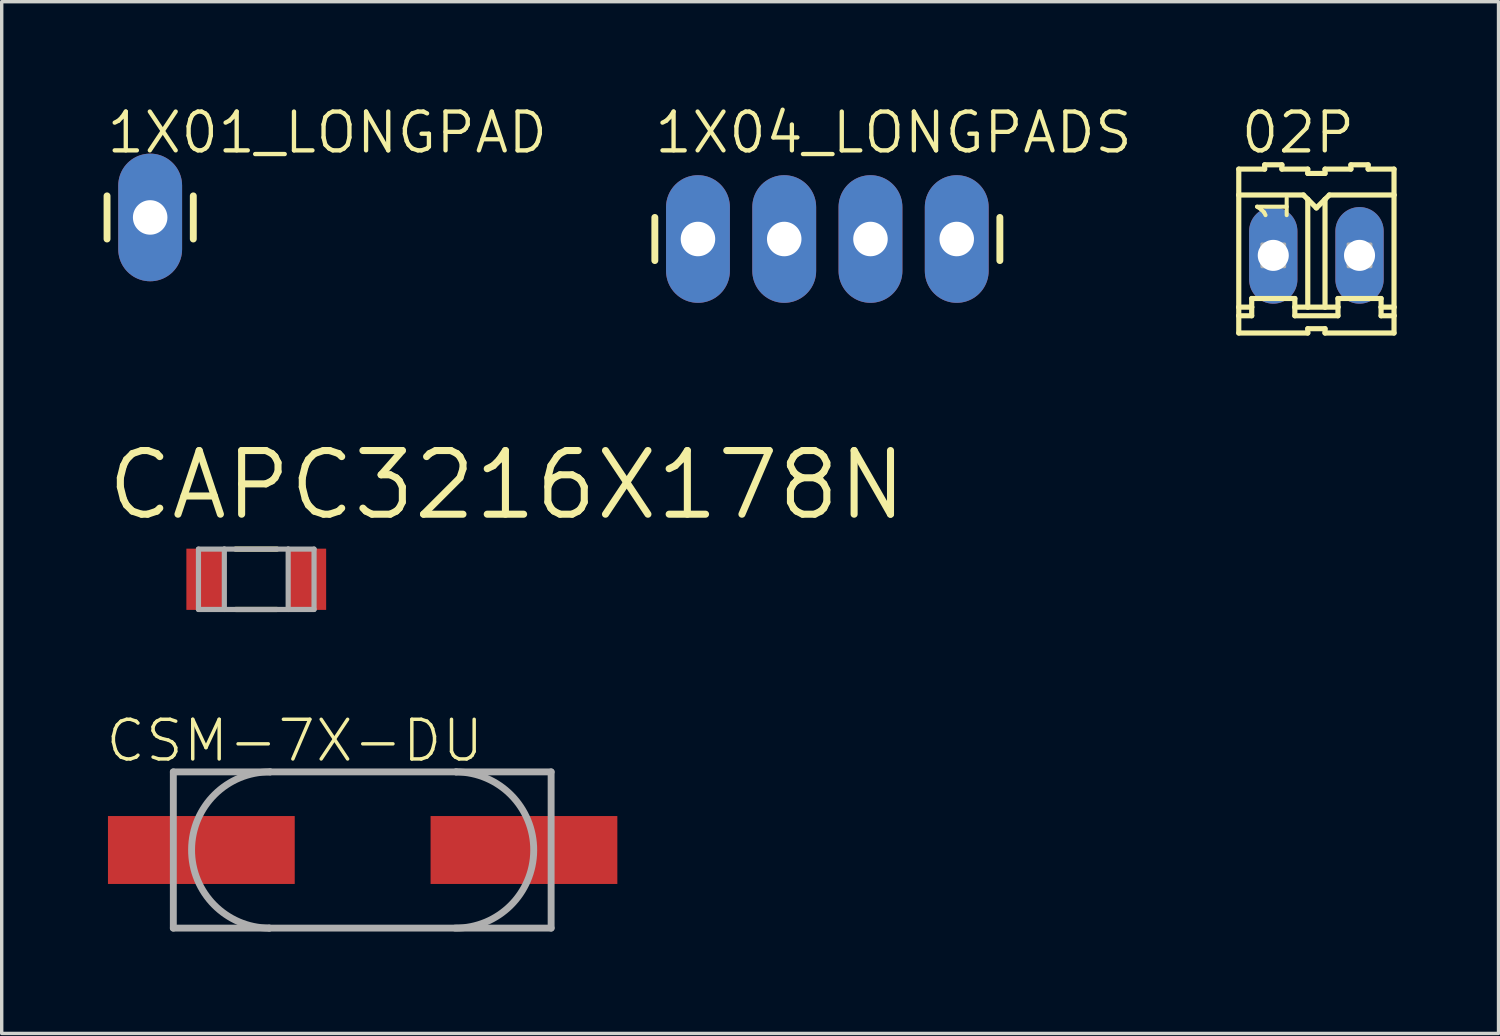
<source format=kicad_pcb>
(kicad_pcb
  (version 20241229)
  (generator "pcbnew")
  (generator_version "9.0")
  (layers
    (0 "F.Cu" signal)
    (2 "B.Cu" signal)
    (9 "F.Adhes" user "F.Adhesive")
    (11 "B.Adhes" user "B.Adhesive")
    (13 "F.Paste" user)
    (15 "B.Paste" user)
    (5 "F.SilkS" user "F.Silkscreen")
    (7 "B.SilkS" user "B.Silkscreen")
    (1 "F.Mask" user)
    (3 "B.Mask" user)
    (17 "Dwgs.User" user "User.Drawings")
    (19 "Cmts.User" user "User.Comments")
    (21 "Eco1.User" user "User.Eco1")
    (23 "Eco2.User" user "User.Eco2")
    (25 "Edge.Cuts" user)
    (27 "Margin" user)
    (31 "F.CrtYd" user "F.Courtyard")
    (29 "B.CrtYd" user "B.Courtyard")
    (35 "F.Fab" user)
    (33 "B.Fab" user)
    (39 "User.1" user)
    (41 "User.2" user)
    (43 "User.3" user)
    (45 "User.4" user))
  (footprint "CAPC3216X178N"
    (layer "F.Cu")
    (at 4.496 14.008)
    (property "Reference" "CAPC3216X178N" (at -4.496 -1.676 0) (layer "F.SilkS") (effects (font (size 1.875 1.875) (thickness 0.208)) (justify left bottom)))
    (fp_line (start -0.61 0.889) (end 0.61 0.889) (stroke (width 0.152) (type solid)) (layer "F.SilkS"))
    (fp_line (start 0.61 -0.889) (end -0.61 -0.889) (stroke (width 0.152) (type solid)) (layer "F.SilkS"))
    (fp_line (start -1.702 -0.889) (end -1.702 0.889) (stroke (width 0.152) (type solid)) (layer "F.Fab"))
    (fp_line (start -1.702 0.889) (end -0.94 0.889) (stroke (width 0.152) (type solid)) (layer "F.Fab"))
    (fp_line (start -0.94 -0.889) (end -1.702 -0.889) (stroke (width 0.152) (type solid)) (layer "F.Fab"))
    (fp_line (start -0.94 0.889) (end -0.94 -0.889) (stroke (width 0.152) (type solid)) (layer "F.Fab"))
    (fp_line (start -0.94 0.889) (end 0.94 0.889) (stroke (width 0.152) (type solid)) (layer "F.Fab"))
    (fp_line (start 0.94 -0.889) (end -0.94 -0.889) (stroke (width 0.152) (type solid)) (layer "F.Fab"))
    (fp_line (start 0.94 -0.889) (end 0.94 0.889) (stroke (width 0.152) (type solid)) (layer "F.Fab"))
    (fp_line (start 0.94 0.889) (end 1.702 0.889) (stroke (width 0.152) (type solid)) (layer "F.Fab"))
    (fp_line (start 1.702 -0.889) (end 0.94 -0.889) (stroke (width 0.152) (type solid)) (layer "F.Fab"))
    (fp_line (start 1.702 0.889) (end 1.702 -0.889) (stroke (width 0.152) (type solid)) (layer "F.Fab"))
    (pad "1" smd rect (at -1.499 0) (size 1.118 1.803) (layers "F.Cu" "F.Mask" "F.Paste"))
    (pad "2" smd rect (at 1.499 0) (size 1.118 1.803) (layers "F.Cu" "F.Mask" "F.Paste")))
  (footprint "CSM-7X-DU"
    (layer "F.Cu")
    (at 7.629 21.98)
    (property "Reference" "CSM-7X-DU" (at -7.629 -2.533 0) (layer "F.SilkS") (effects (font (size 1.168 1.168) (thickness 0.102)) (justify left bottom)))
    (fp_line (start -5.575 -2.3) (end -2.725 -2.3) (stroke (width 0.203) (type solid)) (layer "F.Fab"))
    (fp_line (start -5.575 2.3) (end -5.575 -2.3) (stroke (width 0.203) (type solid)) (layer "F.Fab"))
    (fp_line (start -2.75 2.3) (end -5.575 2.3) (stroke (width 0.203) (type solid)) (layer "F.Fab"))
    (fp_line (start -2.725 -2.3) (end 2.75 -2.3) (stroke (width 0.203) (type solid)) (layer "F.Fab"))
    (fp_line (start 2.75 -2.3) (end 5.55 -2.3) (stroke (width 0.203) (type solid)) (layer "F.Fab"))
    (fp_line (start 5.55 -2.3) (end 5.55 2.3) (stroke (width 0.203) (type solid)) (layer "F.Fab"))
    (fp_line (start 5.55 2.3) (end -2.75 2.3) (stroke (width 0.203) (type solid)) (layer "F.Fab"))
    (fp_arc (start -2.75 2.3) (mid -5.0375 -0.0125) (end -2.725 -2.3) (stroke (width 0.2032) (type solid)) (layer "F.Fab"))
    (fp_arc (start 2.75 -2.3) (mid 5.0375 0.0125) (end 2.725 2.3) (stroke (width 0.2032) (type solid)) (layer "F.Fab"))
    (pad "1" smd rect (at -4.75 0) (size 5.5 2) (layers "F.Cu" "F.Mask" "F.Paste"))
    (pad "2" smd rect (at 4.75 0) (size 5.5 2) (layers "F.Cu" "F.Mask" "F.Paste")))
  (footprint "02P"
    (layer "F.Cu")
    (at 35.714 4.47)
    (property "Reference" "02P" (at -2.286 -2.946 0) (layer "F.SilkS") (effects (font (size 1.143 1.143) (thickness 0.127)) (justify left bottom)))
    (fp_line (start -2.286 -2.54) (end -2.286 -1.778) (stroke (width 0.152) (type solid)) (layer "F.SilkS"))
    (fp_line (start -2.286 -2.54) (end -1.524 -2.54) (stroke (width 0.152) (type solid)) (layer "F.SilkS"))
    (fp_line (start -2.286 -1.778) (end -2.286 1.524) (stroke (width 0.152) (type solid)) (layer "F.SilkS"))
    (fp_line (start -2.286 -1.778) (end -0.381 -1.778) (stroke (width 0.152) (type solid)) (layer "F.SilkS"))
    (fp_line (start -2.286 1.524) (end -2.286 1.778) (stroke (width 0.152) (type solid)) (layer "F.SilkS"))
    (fp_line (start -2.286 1.778) (end -2.286 2.286) (stroke (width 0.152) (type solid)) (layer "F.SilkS"))
    (fp_line (start -2.286 1.778) (end -1.905 1.778) (stroke (width 0.152) (type solid)) (layer "F.SilkS"))
    (fp_line (start -1.905 1.27) (end -0.635 1.27) (stroke (width 0.152) (type solid)) (layer "F.SilkS"))
    (fp_line (start -1.905 1.524) (end -2.286 1.524) (stroke (width 0.152) (type solid)) (layer "F.SilkS"))
    (fp_line (start -1.905 1.524) (end -1.905 1.27) (stroke (width 0.152) (type solid)) (layer "F.SilkS"))
    (fp_line (start -1.905 1.778) (end -1.905 1.524) (stroke (width 0.152) (type solid)) (layer "F.SilkS"))
    (fp_line (start -1.524 -2.54) (end -1.524 -2.667) (stroke (width 0.152) (type solid)) (layer "F.SilkS"))
    (fp_line (start -1.016 -2.667) (end -1.524 -2.667) (stroke (width 0.152) (type solid)) (layer "F.SilkS"))
    (fp_line (start -1.016 -2.54) (end -1.016 -2.667) (stroke (width 0.152) (type solid)) (layer "F.SilkS"))
    (fp_line (start -0.635 1.524) (end -0.635 1.27) (stroke (width 0.152) (type solid)) (layer "F.SilkS"))
    (fp_line (start -0.635 1.524) (end -0.254 1.524) (stroke (width 0.152) (type solid)) (layer "F.SilkS"))
    (fp_line (start -0.635 1.778) (end -0.635 1.524) (stroke (width 0.152) (type solid)) (layer "F.SilkS"))
    (fp_line (start -0.635 1.778) (end 0.635 1.778) (stroke (width 0.152) (type solid)) (layer "F.SilkS"))
    (fp_line (start -0.381 -1.778) (end -0.254 -1.651) (stroke (width 0.152) (type solid)) (layer "F.SilkS"))
    (fp_line (start -0.254 -2.54) (end -1.016 -2.54) (stroke (width 0.152) (type solid)) (layer "F.SilkS"))
    (fp_line (start -0.254 -2.413) (end -0.254 -2.54) (stroke (width 0.152) (type solid)) (layer "F.SilkS"))
    (fp_line (start -0.254 -1.651) (end 0 -1.397) (stroke (width 0.152) (type solid)) (layer "F.SilkS"))
    (fp_line (start -0.254 1.524) (end -0.254 -1.651) (stroke (width 0.152) (type solid)) (layer "F.SilkS"))
    (fp_line (start -0.254 1.524) (end 0.254 1.524) (stroke (width 0.152) (type solid)) (layer "F.SilkS"))
    (fp_line (start -0.254 2.159) (end -0.254 2.286) (stroke (width 0.152) (type solid)) (layer "F.SilkS"))
    (fp_line (start -0.254 2.286) (end -2.286 2.286) (stroke (width 0.152) (type solid)) (layer "F.SilkS"))
    (fp_line (start 0 -1.397) (end 0.254 -1.651) (stroke (width 0.152) (type solid)) (layer "F.SilkS"))
    (fp_line (start 0.254 -2.54) (end 1.016 -2.54) (stroke (width 0.152) (type solid)) (layer "F.SilkS"))
    (fp_line (start 0.254 -2.413) (end -0.254 -2.413) (stroke (width 0.152) (type solid)) (layer "F.SilkS"))
    (fp_line (start 0.254 -2.413) (end 0.254 -2.54) (stroke (width 0.152) (type solid)) (layer "F.SilkS"))
    (fp_line (start 0.254 -1.651) (end 0.381 -1.778) (stroke (width 0.152) (type solid)) (layer "F.SilkS"))
    (fp_line (start 0.254 1.524) (end 0.254 -1.651) (stroke (width 0.152) (type solid)) (layer "F.SilkS"))
    (fp_line (start 0.254 1.524) (end 0.635 1.524) (stroke (width 0.152) (type solid)) (layer "F.SilkS"))
    (fp_line (start 0.254 2.159) (end -0.254 2.159) (stroke (width 0.152) (type solid)) (layer "F.SilkS"))
    (fp_line (start 0.254 2.159) (end 0.254 2.286) (stroke (width 0.152) (type solid)) (layer "F.SilkS"))
    (fp_line (start 0.381 -1.778) (end 2.286 -1.778) (stroke (width 0.152) (type solid)) (layer "F.SilkS"))
    (fp_line (start 0.635 1.27) (end 1.905 1.27) (stroke (width 0.152) (type solid)) (layer "F.SilkS"))
    (fp_line (start 0.635 1.524) (end 0.635 1.27) (stroke (width 0.152) (type solid)) (layer "F.SilkS"))
    (fp_line (start 0.635 1.778) (end 0.635 1.524) (stroke (width 0.152) (type solid)) (layer "F.SilkS"))
    (fp_line (start 1.016 -2.54) (end 1.016 -2.667) (stroke (width 0.152) (type solid)) (layer "F.SilkS"))
    (fp_line (start 1.524 -2.667) (end 1.016 -2.667) (stroke (width 0.152) (type solid)) (layer "F.SilkS"))
    (fp_line (start 1.524 -2.54) (end 1.524 -2.667) (stroke (width 0.152) (type solid)) (layer "F.SilkS"))
    (fp_line (start 1.524 -2.54) (end 2.286 -2.54) (stroke (width 0.152) (type solid)) (layer "F.SilkS"))
    (fp_line (start 1.905 1.524) (end 1.905 1.27) (stroke (width 0.152) (type solid)) (layer "F.SilkS"))
    (fp_line (start 1.905 1.524) (end 2.286 1.524) (stroke (width 0.152) (type solid)) (layer "F.SilkS"))
    (fp_line (start 1.905 1.778) (end 1.905 1.524) (stroke (width 0.152) (type solid)) (layer "F.SilkS"))
    (fp_line (start 2.286 -1.778) (end 2.286 -2.54) (stroke (width 0.152) (type solid)) (layer "F.SilkS"))
    (fp_line (start 2.286 -1.778) (end 2.286 1.524) (stroke (width 0.152) (type solid)) (layer "F.SilkS"))
    (fp_line (start 2.286 1.524) (end 2.286 1.778) (stroke (width 0.152) (type solid)) (layer "F.SilkS"))
    (fp_line (start 2.286 1.778) (end 1.905 1.778) (stroke (width 0.152) (type solid)) (layer "F.SilkS"))
    (fp_line (start 2.286 1.778) (end 2.286 2.286) (stroke (width 0.152) (type solid)) (layer "F.SilkS"))
    (fp_line (start 2.286 2.286) (end 0.254 2.286) (stroke (width 0.152) (type solid)) (layer "F.SilkS"))
    (fp_poly (pts (xy -1.6 0.33) (xy -0.94 0.33) (xy -0.94 -0.33) (xy -1.6 -0.33)) (stroke (width 0.1) (type default)) (fill no) (layer "F.Fab"))
    (fp_poly (pts (xy 0.94 0.33) (xy 1.6 0.33) (xy 1.6 -0.33) (xy 0.94 -0.33)) (stroke (width 0.1) (type default)) (fill no) (layer "F.Fab"))
    (fp_text user "1" (at -0.762 -0.94 90) (layer "F.SilkS") (effects (font (size 0.872 0.872) (thickness 0.119)) (justify left bottom)))
    (pad "1" thru_hole oval (at -1.27 0 90) (size 2.845 1.422) (drill 0.914) (layers "*.Cu" "*.Mask"))
    (pad "2" thru_hole oval (at 1.27 0 90) (size 2.845 1.422) (drill 0.914) (layers "*.Cu" "*.Mask")))
  (footprint "1X01_LONGPAD"
    (layer "F.Cu")
    (at 1.372 3.353)
    (property "Reference" "1X01_LONGPAD" (at -1.346 -1.829 0) (layer "F.SilkS") (effects (font (size 1.143 1.143) (thickness 0.127)) (justify left bottom)))
    (fp_line (start -1.27 -0.635) (end -1.27 0.635) (stroke (width 0.203) (type solid)) (layer "F.SilkS"))
    (fp_line (start 1.27 -0.635) (end 1.27 0.635) (stroke (width 0.203) (type solid)) (layer "F.SilkS"))
    (fp_poly (pts (xy -0.254 0.254) (xy 0.254 0.254) (xy 0.254 -0.254) (xy -0.254 -0.254)) (stroke (width 0.1) (type default)) (fill no) (layer "F.Fab"))
    (pad "1" thru_hole oval (at 0 0 90) (size 3.759 1.88) (drill 1.016) (layers "*.Cu" "*.Mask")))
  (footprint "1X04_LONGPADS"
    (layer "F.Cu")
    (at 17.503 3.988)
    (property "Reference" "1X04_LONGPADS" (at -1.346 -2.464 0) (layer "F.SilkS") (effects (font (size 1.143 1.143) (thickness 0.127)) (justify left bottom)))
    (fp_line (start -1.27 -0.635) (end -1.27 0.635) (stroke (width 0.203) (type solid)) (layer "F.SilkS"))
    (fp_line (start 8.89 -0.635) (end 8.89 0.635) (stroke (width 0.203) (type solid)) (layer "F.SilkS"))
    (fp_poly (pts (xy -0.254 0.254) (xy 0.254 0.254) (xy 0.254 -0.254) (xy -0.254 -0.254)) (stroke (width 0.1) (type default)) (fill no) (layer "F.Fab"))
    (fp_poly (pts (xy 2.286 0.254) (xy 2.794 0.254) (xy 2.794 -0.254) (xy 2.286 -0.254)) (stroke (width 0.1) (type default)) (fill no) (layer "F.Fab"))
    (fp_poly (pts (xy 4.826 0.254) (xy 5.334 0.254) (xy 5.334 -0.254) (xy 4.826 -0.254)) (stroke (width 0.1) (type default)) (fill no) (layer "F.Fab"))
    (fp_poly (pts (xy 7.366 0.254) (xy 7.874 0.254) (xy 7.874 -0.254) (xy 7.366 -0.254)) (stroke (width 0.1) (type default)) (fill no) (layer "F.Fab"))
    (pad "1" thru_hole oval (at 0 0 90) (size 3.759 1.88) (drill 1.016) (layers "*.Cu" "*.Mask"))
    (pad "2" thru_hole oval (at 2.54 0 90) (size 3.759 1.88) (drill 1.016) (layers "*.Cu" "*.Mask"))
    (pad "3" thru_hole oval (at 5.08 0 90) (size 3.759 1.88) (drill 1.016) (layers "*.Cu" "*.Mask"))
    (pad "4" thru_hole oval (at 7.62 0 90) (size 3.759 1.88) (drill 1.016) (layers "*.Cu" "*.Mask")))
  (gr_rect
    (start -3 -3)
    (end 41.077 27.382)
    (stroke (width 0.1) (type default))
    (fill no)
    (layer "Edge.Cuts")))
</source>
